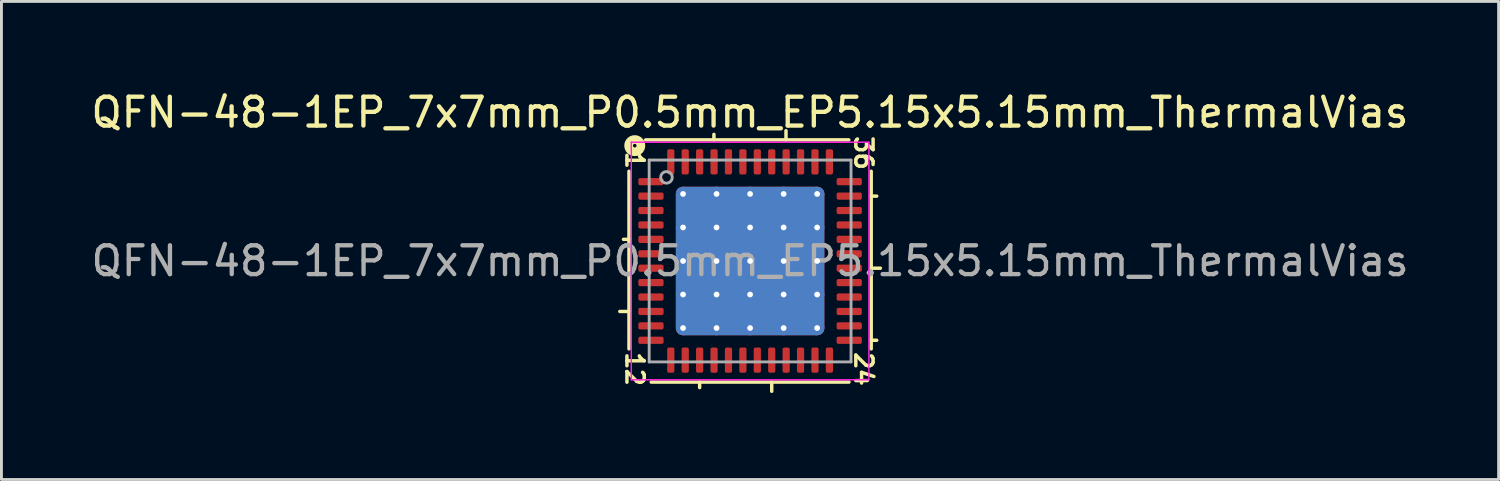
<source format=kicad_pcb>
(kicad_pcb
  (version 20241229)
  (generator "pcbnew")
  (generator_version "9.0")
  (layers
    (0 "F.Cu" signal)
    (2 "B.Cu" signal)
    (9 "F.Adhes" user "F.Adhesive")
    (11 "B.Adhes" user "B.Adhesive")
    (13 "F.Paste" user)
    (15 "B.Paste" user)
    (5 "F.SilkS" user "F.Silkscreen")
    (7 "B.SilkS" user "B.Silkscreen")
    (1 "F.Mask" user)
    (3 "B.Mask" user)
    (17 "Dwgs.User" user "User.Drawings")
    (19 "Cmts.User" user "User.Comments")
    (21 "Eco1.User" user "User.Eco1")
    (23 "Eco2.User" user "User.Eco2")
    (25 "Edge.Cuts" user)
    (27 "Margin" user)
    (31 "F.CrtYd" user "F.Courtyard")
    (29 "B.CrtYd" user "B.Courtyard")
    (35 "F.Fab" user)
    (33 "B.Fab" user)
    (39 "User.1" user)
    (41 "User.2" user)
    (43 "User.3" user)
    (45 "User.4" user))
  (footprint "QFN-48-1EP_7x7mm_P0.5mm_EP5.15x5.15mm_ThermalVias"
    (layer "F.Cu")
    (at 22.963 6.001)
    (property "Reference" "QFN-48-1EP_7x7mm_P0.5mm_EP5.15x5.15mm_ThermalVias" (at -0.005 -5.152 0) (layer "F.SilkS") (effects (font (size 1 1) (thickness 0.15))))
    (attr smd)
    (fp_line (start -4.2 -3.111) (end -4.2 3.048) (stroke (width 0.12) (type solid)) (layer "F.SilkS"))
    (fp_line (start -4.2 -0.75) (end -4.391 -0.75) (stroke (width 0.12) (type solid)) (layer "F.SilkS"))
    (fp_line (start -4.2 1.75) (end -4.518 1.75) (stroke (width 0.12) (type solid)) (layer "F.SilkS"))
    (fp_line (start -3.429 4.2) (end 3.429 4.2) (stroke (width 0.12) (type solid)) (layer "F.SilkS"))
    (fp_line (start -1.75 4.2) (end -1.75 4.391) (stroke (width 0.12) (type solid)) (layer "F.SilkS"))
    (fp_line (start -1.255 -4.2) (end -1.255 -4.391) (stroke (width 0.12) (type solid)) (layer "F.SilkS"))
    (fp_line (start 0.75 4.2) (end 0.75 4.518) (stroke (width 0.12) (type solid)) (layer "F.SilkS"))
    (fp_line (start 1.245 -4.2) (end 1.245 -4.518) (stroke (width 0.12) (type solid)) (layer "F.SilkS"))
    (fp_line (start 3.424 -4.2) (end -3.624 -4.2) (stroke (width 0.12) (type solid)) (layer "F.SilkS"))
    (fp_line (start 4.2 -2.25) (end 4.391 -2.25) (stroke (width 0.12) (type solid)) (layer "F.SilkS"))
    (fp_line (start 4.2 0.25) (end 4.518 0.25) (stroke (width 0.12) (type solid)) (layer "F.SilkS"))
    (fp_line (start 4.2 2.75) (end 4.391 2.75) (stroke (width 0.12) (type solid)) (layer "F.SilkS"))
    (fp_line (start 4.2 3.048) (end 4.2 -3.111) (stroke (width 0.12) (type solid)) (layer "F.SilkS"))
    (fp_circle (center -4 -4) (end -3.937 -4) (stroke (width 0.3) (type solid)) (fill no) (layer "F.SilkS"))
    (fp_line (start -4.12 -4.12) (end -4.12 4.12) (stroke (width 0.05) (type solid)) (layer "F.CrtYd"))
    (fp_line (start -4.12 4.12) (end 4.12 4.12) (stroke (width 0.05) (type solid)) (layer "F.CrtYd"))
    (fp_line (start 4.12 -4.12) (end -4.12 -4.12) (stroke (width 0.05) (type solid)) (layer "F.CrtYd"))
    (fp_line (start 4.12 4.12) (end 4.12 -4.12) (stroke (width 0.05) (type solid)) (layer "F.CrtYd"))
    (fp_line (start -3.5 -3.5) (end 3.5 -3.5) (stroke (width 0.1) (type solid)) (layer "F.Fab"))
    (fp_line (start -3.5 3.5) (end -3.5 -3.5) (stroke (width 0.1) (type solid)) (layer "F.Fab"))
    (fp_line (start 3.5 -3.5) (end 3.5 3.5) (stroke (width 0.1) (type solid)) (layer "F.Fab"))
    (fp_line (start 3.5 3.5) (end -3.5 3.5) (stroke (width 0.1) (type solid)) (layer "F.Fab"))
    (fp_circle (center -2.9 -2.9) (end -2.7 -2.9) (stroke (width 0.1) (type solid)) (fill no) (layer "F.Fab"))
    (fp_text user "12" (at -4 3.747 270) (unlocked yes) (layer "F.SilkS") (effects (font (size 0.6 0.6) (thickness 0.12))))
    (fp_text user "1" (at -4 -3.493 270) (unlocked yes) (layer "F.SilkS") (effects (font (size 0.6 0.6) (thickness 0.12))))
    (fp_text user "36" (at 3.937 -3.747 270) (unlocked yes) (layer "F.SilkS") (effects (font (size 0.6 0.6) (thickness 0.12))))
    (fp_text user "24" (at 3.937 3.747 270) (unlocked yes) (layer "F.SilkS") (effects (font (size 0.6 0.6) (thickness 0.12))))
    (fp_text user "${REFERENCE}" (at 0 0 0) (layer "F.Fab") (effects (font (size 1 1) (thickness 0.15))))
    (pad "" smd roundrect (at -1.744 -1.744) (size 0.997 0.997) (layers "F.Paste") (roundrect_rratio 0.25))
    (pad "" smd roundrect (at -1.744 -0.581) (size 0.997 0.997) (layers "F.Paste") (roundrect_rratio 0.25))
    (pad "" smd roundrect (at -1.744 0.581) (size 0.997 0.997) (layers "F.Paste") (roundrect_rratio 0.25))
    (pad "" smd roundrect (at -1.744 1.744) (size 0.997 0.997) (layers "F.Paste") (roundrect_rratio 0.25))
    (pad "" smd roundrect (at -0.581 -1.744) (size 0.997 0.997) (layers "F.Paste") (roundrect_rratio 0.25))
    (pad "" smd roundrect (at -0.581 -0.581) (size 0.997 0.997) (layers "F.Paste") (roundrect_rratio 0.25))
    (pad "" smd roundrect (at -0.581 0.581) (size 0.997 0.997) (layers "F.Paste") (roundrect_rratio 0.25))
    (pad "" smd roundrect (at -0.581 1.744) (size 0.997 0.997) (layers "F.Paste") (roundrect_rratio 0.25))
    (pad "" smd roundrect (at 0.581 -1.744) (size 0.997 0.997) (layers "F.Paste") (roundrect_rratio 0.25))
    (pad "" smd roundrect (at 0.581 -0.581) (size 0.997 0.997) (layers "F.Paste") (roundrect_rratio 0.25))
    (pad "" smd roundrect (at 0.581 0.581) (size 0.997 0.997) (layers "F.Paste") (roundrect_rratio 0.25))
    (pad "" smd roundrect (at 0.581 1.744) (size 0.997 0.997) (layers "F.Paste") (roundrect_rratio 0.25))
    (pad "" smd roundrect (at 1.744 -1.744) (size 0.997 0.997) (layers "F.Paste") (roundrect_rratio 0.25))
    (pad "" smd roundrect (at 1.744 -0.581) (size 0.997 0.997) (layers "F.Paste") (roundrect_rratio 0.25))
    (pad "" smd roundrect (at 1.744 0.581) (size 0.997 0.997) (layers "F.Paste") (roundrect_rratio 0.25))
    (pad "" smd roundrect (at 1.744 1.744) (size 0.997 0.997) (layers "F.Paste") (roundrect_rratio 0.25))
    (pad "1" smd roundrect (at -3.438 -2.75) (size 0.875 0.25) (layers "F.Cu" "F.Mask" "F.Paste") (roundrect_rratio 0.25))
    (pad "2" smd roundrect (at -3.438 -2.25) (size 0.875 0.25) (layers "F.Cu" "F.Mask" "F.Paste") (roundrect_rratio 0.25))
    (pad "3" smd roundrect (at -3.438 -1.75) (size 0.875 0.25) (layers "F.Cu" "F.Mask" "F.Paste") (roundrect_rratio 0.25))
    (pad "4" smd roundrect (at -3.438 -1.25) (size 0.875 0.25) (layers "F.Cu" "F.Mask" "F.Paste") (roundrect_rratio 0.25))
    (pad "5" smd roundrect (at -3.438 -0.75) (size 0.875 0.25) (layers "F.Cu" "F.Mask" "F.Paste") (roundrect_rratio 0.25))
    (pad "6" smd roundrect (at -3.438 -0.25) (size 0.875 0.25) (layers "F.Cu" "F.Mask" "F.Paste") (roundrect_rratio 0.25))
    (pad "7" smd roundrect (at -3.438 0.25) (size 0.875 0.25) (layers "F.Cu" "F.Mask" "F.Paste") (roundrect_rratio 0.25))
    (pad "8" smd roundrect (at -3.438 0.75) (size 0.875 0.25) (layers "F.Cu" "F.Mask" "F.Paste") (roundrect_rratio 0.25))
    (pad "9" smd roundrect (at -3.438 1.25) (size 0.875 0.25) (layers "F.Cu" "F.Mask" "F.Paste") (roundrect_rratio 0.25))
    (pad "10" smd roundrect (at -3.438 1.75) (size 0.875 0.25) (layers "F.Cu" "F.Mask" "F.Paste") (roundrect_rratio 0.25))
    (pad "11" smd roundrect (at -3.438 2.25) (size 0.875 0.25) (layers "F.Cu" "F.Mask" "F.Paste") (roundrect_rratio 0.25))
    (pad "12" smd roundrect (at -3.438 2.75) (size 0.875 0.25) (layers "F.Cu" "F.Mask" "F.Paste") (roundrect_rratio 0.25))
    (pad "13" smd roundrect (at -2.75 3.438) (size 0.25 0.875) (layers "F.Cu" "F.Mask" "F.Paste") (roundrect_rratio 0.25))
    (pad "14" smd roundrect (at -2.25 3.438) (size 0.25 0.875) (layers "F.Cu" "F.Mask" "F.Paste") (roundrect_rratio 0.25))
    (pad "15" smd roundrect (at -1.75 3.438) (size 0.25 0.875) (layers "F.Cu" "F.Mask" "F.Paste") (roundrect_rratio 0.25))
    (pad "16" smd roundrect (at -1.25 3.438) (size 0.25 0.875) (layers "F.Cu" "F.Mask" "F.Paste") (roundrect_rratio 0.25))
    (pad "17" smd roundrect (at -0.75 3.438) (size 0.25 0.875) (layers "F.Cu" "F.Mask" "F.Paste") (roundrect_rratio 0.25))
    (pad "18" smd roundrect (at -0.25 3.438) (size 0.25 0.875) (layers "F.Cu" "F.Mask" "F.Paste") (roundrect_rratio 0.25))
    (pad "19" smd roundrect (at 0.25 3.438) (size 0.25 0.875) (layers "F.Cu" "F.Mask" "F.Paste") (roundrect_rratio 0.25))
    (pad "20" smd roundrect (at 0.75 3.438) (size 0.25 0.875) (layers "F.Cu" "F.Mask" "F.Paste") (roundrect_rratio 0.25))
    (pad "21" smd roundrect (at 1.25 3.438) (size 0.25 0.875) (layers "F.Cu" "F.Mask" "F.Paste") (roundrect_rratio 0.25))
    (pad "22" smd roundrect (at 1.75 3.438) (size 0.25 0.875) (layers "F.Cu" "F.Mask" "F.Paste") (roundrect_rratio 0.25))
    (pad "23" smd roundrect (at 2.25 3.438) (size 0.25 0.875) (layers "F.Cu" "F.Mask" "F.Paste") (roundrect_rratio 0.25))
    (pad "24" smd roundrect (at 2.75 3.438) (size 0.25 0.875) (layers "F.Cu" "F.Mask" "F.Paste") (roundrect_rratio 0.25))
    (pad "25" smd roundrect (at 3.438 2.75) (size 0.875 0.25) (layers "F.Cu" "F.Mask" "F.Paste") (roundrect_rratio 0.25))
    (pad "26" smd roundrect (at 3.438 2.25) (size 0.875 0.25) (layers "F.Cu" "F.Mask" "F.Paste") (roundrect_rratio 0.25))
    (pad "27" smd roundrect (at 3.438 1.75) (size 0.875 0.25) (layers "F.Cu" "F.Mask" "F.Paste") (roundrect_rratio 0.25))
    (pad "28" smd roundrect (at 3.438 1.25) (size 0.875 0.25) (layers "F.Cu" "F.Mask" "F.Paste") (roundrect_rratio 0.25))
    (pad "29" smd roundrect (at 3.438 0.75) (size 0.875 0.25) (layers "F.Cu" "F.Mask" "F.Paste") (roundrect_rratio 0.25))
    (pad "30" smd roundrect (at 3.438 0.25) (size 0.875 0.25) (layers "F.Cu" "F.Mask" "F.Paste") (roundrect_rratio 0.25))
    (pad "31" smd roundrect (at 3.438 -0.25) (size 0.875 0.25) (layers "F.Cu" "F.Mask" "F.Paste") (roundrect_rratio 0.25))
    (pad "32" smd roundrect (at 3.438 -0.75) (size 0.875 0.25) (layers "F.Cu" "F.Mask" "F.Paste") (roundrect_rratio 0.25))
    (pad "33" smd roundrect (at 3.438 -1.25) (size 0.875 0.25) (layers "F.Cu" "F.Mask" "F.Paste") (roundrect_rratio 0.25))
    (pad "34" smd roundrect (at 3.438 -1.75) (size 0.875 0.25) (layers "F.Cu" "F.Mask" "F.Paste") (roundrect_rratio 0.25))
    (pad "35" smd roundrect (at 3.438 -2.25) (size 0.875 0.25) (layers "F.Cu" "F.Mask" "F.Paste") (roundrect_rratio 0.25))
    (pad "36" smd roundrect (at 3.438 -2.75) (size 0.875 0.25) (layers "F.Cu" "F.Mask" "F.Paste") (roundrect_rratio 0.25))
    (pad "37" smd roundrect (at 2.75 -3.438) (size 0.25 0.875) (layers "F.Cu" "F.Mask" "F.Paste") (roundrect_rratio 0.25))
    (pad "38" smd roundrect (at 2.25 -3.438) (size 0.25 0.875) (layers "F.Cu" "F.Mask" "F.Paste") (roundrect_rratio 0.25))
    (pad "39" smd roundrect (at 1.75 -3.438) (size 0.25 0.875) (layers "F.Cu" "F.Mask" "F.Paste") (roundrect_rratio 0.25))
    (pad "40" smd roundrect (at 1.25 -3.438) (size 0.25 0.875) (layers "F.Cu" "F.Mask" "F.Paste") (roundrect_rratio 0.25))
    (pad "41" smd roundrect (at 0.75 -3.438) (size 0.25 0.875) (layers "F.Cu" "F.Mask" "F.Paste") (roundrect_rratio 0.25))
    (pad "42" smd roundrect (at 0.25 -3.438) (size 0.25 0.875) (layers "F.Cu" "F.Mask" "F.Paste") (roundrect_rratio 0.25))
    (pad "43" smd roundrect (at -0.25 -3.438) (size 0.25 0.875) (layers "F.Cu" "F.Mask" "F.Paste") (roundrect_rratio 0.25))
    (pad "44" smd roundrect (at -0.75 -3.438) (size 0.25 0.875) (layers "F.Cu" "F.Mask" "F.Paste") (roundrect_rratio 0.25))
    (pad "45" smd roundrect (at -1.25 -3.438) (size 0.25 0.875) (layers "F.Cu" "F.Mask" "F.Paste") (roundrect_rratio 0.25))
    (pad "46" smd roundrect (at -1.75 -3.438) (size 0.25 0.875) (layers "F.Cu" "F.Mask" "F.Paste") (roundrect_rratio 0.25))
    (pad "47" smd roundrect (at -2.25 -3.438) (size 0.25 0.875) (layers "F.Cu" "F.Mask" "F.Paste") (roundrect_rratio 0.25))
    (pad "48" smd roundrect (at -2.75 -3.438) (size 0.25 0.875) (layers "F.Cu" "F.Mask" "F.Paste") (roundrect_rratio 0.25))
    (pad "49" thru_hole circle (at -2.325 -2.325) (size 0.5 0.5) (drill 0.2) (property pad_prop_heatsink) (layers "*.Cu"))
    (pad "49" thru_hole circle (at -2.325 -1.163) (size 0.5 0.5) (drill 0.2) (property pad_prop_heatsink) (layers "*.Cu"))
    (pad "49" thru_hole circle (at -2.325 0) (size 0.5 0.5) (drill 0.2) (property pad_prop_heatsink) (layers "*.Cu"))
    (pad "49" thru_hole circle (at -2.325 1.163) (size 0.5 0.5) (drill 0.2) (property pad_prop_heatsink) (layers "*.Cu"))
    (pad "49" thru_hole circle (at -2.325 2.325) (size 0.5 0.5) (drill 0.2) (property pad_prop_heatsink) (layers "*.Cu"))
    (pad "49" thru_hole circle (at -1.163 -2.325) (size 0.5 0.5) (drill 0.2) (property pad_prop_heatsink) (layers "*.Cu"))
    (pad "49" thru_hole circle (at -1.163 -1.163) (size 0.5 0.5) (drill 0.2) (property pad_prop_heatsink) (layers "*.Cu"))
    (pad "49" thru_hole circle (at -1.163 0) (size 0.5 0.5) (drill 0.2) (property pad_prop_heatsink) (layers "*.Cu"))
    (pad "49" thru_hole circle (at -1.163 1.163) (size 0.5 0.5) (drill 0.2) (property pad_prop_heatsink) (layers "*.Cu"))
    (pad "49" thru_hole circle (at -1.163 2.325) (size 0.5 0.5) (drill 0.2) (property pad_prop_heatsink) (layers "*.Cu"))
    (pad "49" thru_hole circle (at 0 -2.325) (size 0.5 0.5) (drill 0.2) (property pad_prop_heatsink) (layers "*.Cu"))
    (pad "49" thru_hole circle (at 0 -1.163) (size 0.5 0.5) (drill 0.2) (property pad_prop_heatsink) (layers "*.Cu"))
    (pad "49" thru_hole circle (at 0 0) (size 0.5 0.5) (drill 0.2) (property pad_prop_heatsink) (layers "*.Cu"))
    (pad "49" smd roundrect (at 0 0) (size 5.15 5.15) (layers "F.Cu" "F.Mask") (roundrect_rratio 0.049))
    (pad "49" smd roundrect (at 0 0) (size 5.15 5.15) (layers "B.Cu" "B.Mask") (roundrect_rratio 0.049))
    (pad "49" thru_hole circle (at 0 1.163) (size 0.5 0.5) (drill 0.2) (property pad_prop_heatsink) (layers "*.Cu"))
    (pad "49" thru_hole circle (at 0 2.325) (size 0.5 0.5) (drill 0.2) (property pad_prop_heatsink) (layers "*.Cu"))
    (pad "49" thru_hole circle (at 1.163 -2.325) (size 0.5 0.5) (drill 0.2) (property pad_prop_heatsink) (layers "*.Cu"))
    (pad "49" thru_hole circle (at 1.163 -1.163) (size 0.5 0.5) (drill 0.2) (property pad_prop_heatsink) (layers "*.Cu"))
    (pad "49" thru_hole circle (at 1.163 0) (size 0.5 0.5) (drill 0.2) (property pad_prop_heatsink) (layers "*.Cu"))
    (pad "49" thru_hole circle (at 1.163 1.163) (size 0.5 0.5) (drill 0.2) (property pad_prop_heatsink) (layers "*.Cu"))
    (pad "49" thru_hole circle (at 1.163 2.325) (size 0.5 0.5) (drill 0.2) (property pad_prop_heatsink) (layers "*.Cu"))
    (pad "49" thru_hole circle (at 2.325 -2.325) (size 0.5 0.5) (drill 0.2) (property pad_prop_heatsink) (layers "*.Cu"))
    (pad "49" thru_hole circle (at 2.325 -1.163) (size 0.5 0.5) (drill 0.2) (property pad_prop_heatsink) (layers "*.Cu"))
    (pad "49" thru_hole circle (at 2.325 0) (size 0.5 0.5) (drill 0.2) (property pad_prop_heatsink) (layers "*.Cu"))
    (pad "49" thru_hole circle (at 2.325 1.163) (size 0.5 0.5) (drill 0.2) (property pad_prop_heatsink) (layers "*.Cu"))
    (pad "49" thru_hole circle (at 2.325 2.325) (size 0.5 0.5) (drill 0.2) (property pad_prop_heatsink) (layers "*.Cu")))
  (gr_rect
    (start -3 -3)
    (end 48.921 13.578)
    (stroke (width 0.1) (type default))
    (fill no)
    (layer "Edge.Cuts")))
</source>
